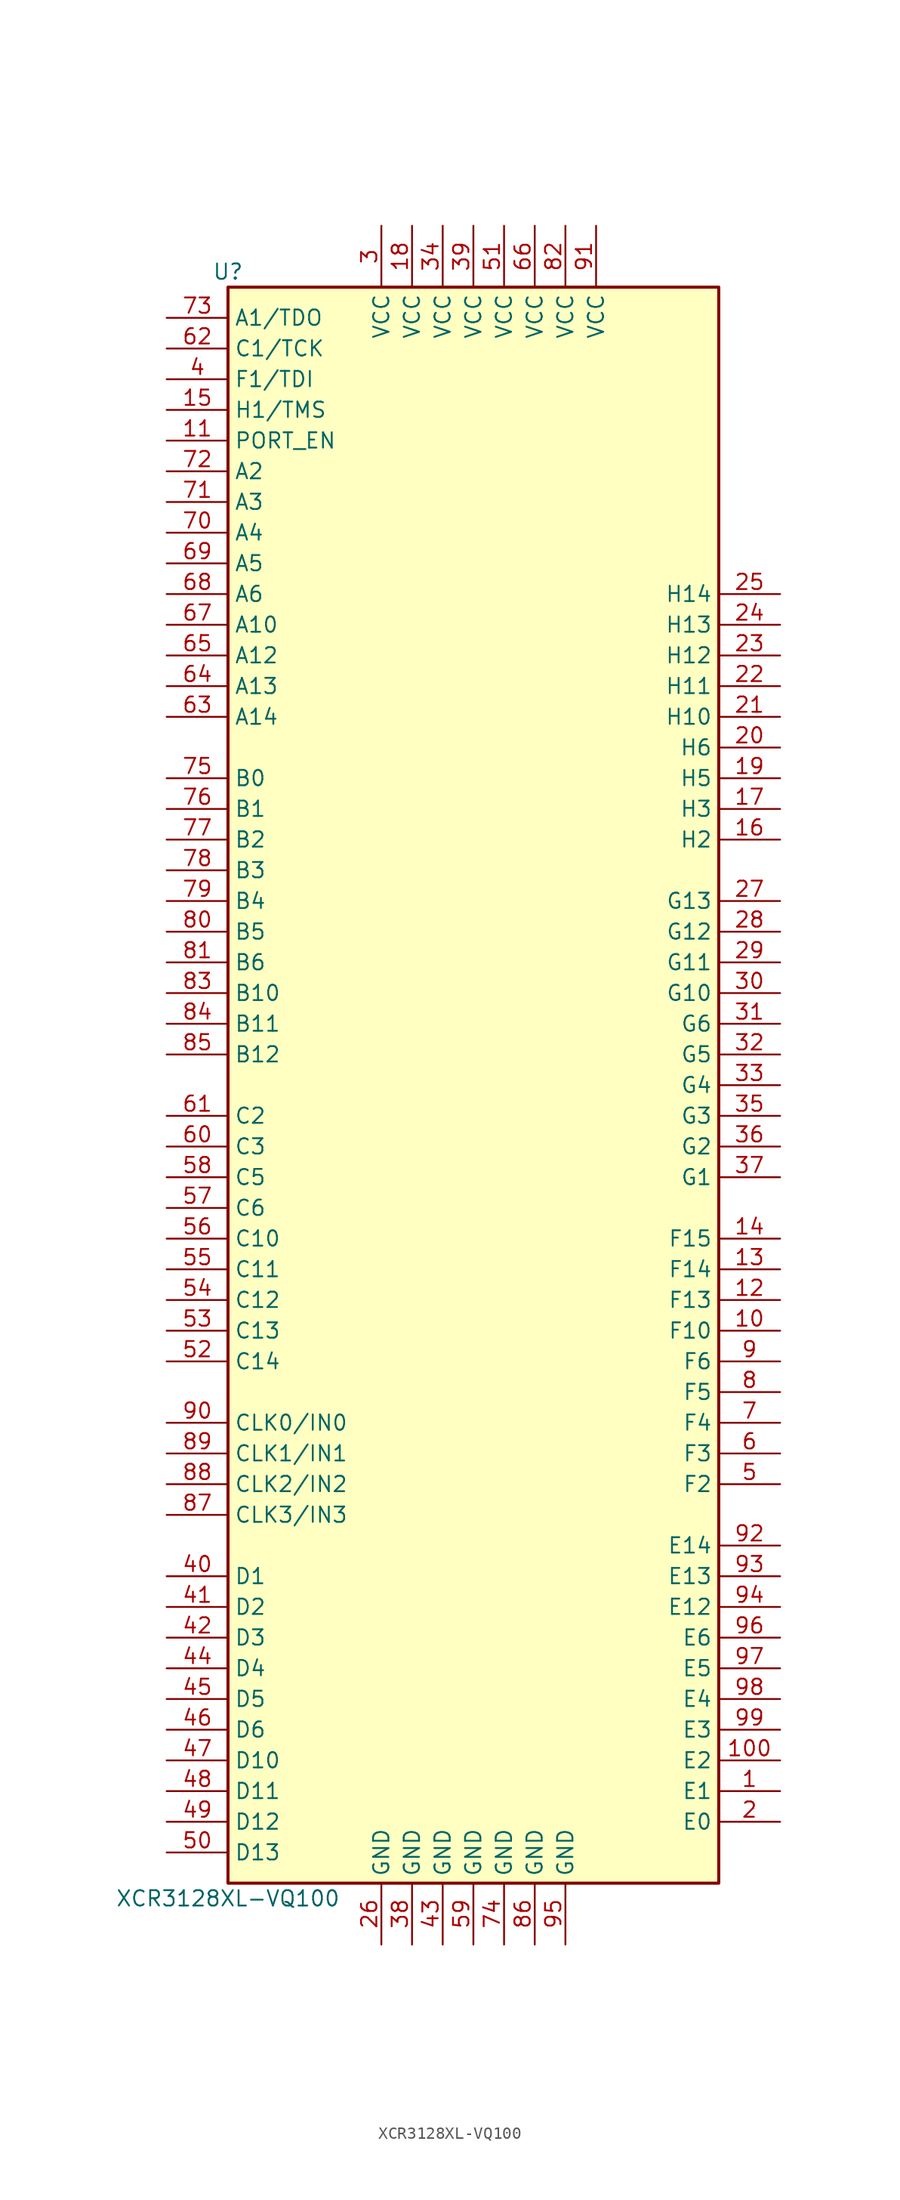
<source format=kicad_sym>
(kicad_symbol_lib
  (version 20201005)
  (generator kicad_symbol_editor)
  (symbol "XCR3128XL-VQ100"
    (property "Reference" "U"
      (at -20.32 67.31 0)
      (effects (font (size 1.27 1.27))))
    (property "Value" "XCR3128XL-VQ100"
      (at -20.32 -67.31 0)
      (effects (font (size 1.27 1.27))))
    (symbol "XCR3128XL-VQ100_1_1"
      (rectangle (start -20.32 66.04) (end 20.32 -66.04) (stroke (width 0.254)) (fill (type background)))
      (pin passive line (at 25.4 -58.42 180) (length 5.08) (name "E1" (effects (font (size 1.27 1.27)))) (number "1" (effects (font (size 1.27 1.27)))))
      (pin passive line (at 25.4 -20.32 180) (length 5.08) (name "F10" (effects (font (size 1.27 1.27)))) (number "10" (effects (font (size 1.27 1.27)))))
      (pin passive line (at 25.4 -55.88 180) (length 5.08) (name "E2" (effects (font (size 1.27 1.27)))) (number "100" (effects (font (size 1.27 1.27)))))
      (pin passive line (at -25.4 53.34 0) (length 5.08) (name "PORT_EN" (effects (font (size 1.27 1.27)))) (number "11" (effects (font (size 1.27 1.27)))))
      (pin passive line (at 25.4 -17.78 180) (length 5.08) (name "F13" (effects (font (size 1.27 1.27)))) (number "12" (effects (font (size 1.27 1.27)))))
      (pin passive line (at 25.4 -15.24 180) (length 5.08) (name "F14" (effects (font (size 1.27 1.27)))) (number "13" (effects (font (size 1.27 1.27)))))
      (pin passive line (at 25.4 -12.7 180) (length 5.08) (name "F15" (effects (font (size 1.27 1.27)))) (number "14" (effects (font (size 1.27 1.27)))))
      (pin passive line (at -25.4 55.88 0) (length 5.08) (name "H1/TMS" (effects (font (size 1.27 1.27)))) (number "15" (effects (font (size 1.27 1.27)))))
      (pin passive line (at 25.4 20.32 180) (length 5.08) (name "H2" (effects (font (size 1.27 1.27)))) (number "16" (effects (font (size 1.27 1.27)))))
      (pin passive line (at 25.4 22.86 180) (length 5.08) (name "H3" (effects (font (size 1.27 1.27)))) (number "17" (effects (font (size 1.27 1.27)))))
      (pin power_in line (at -5.08 71.12 270) (length 5.08) (name "VCC" (effects (font (size 1.27 1.27)))) (number "18" (effects (font (size 1.27 1.27)))))
      (pin passive line (at 25.4 25.4 180) (length 5.08) (name "H5" (effects (font (size 1.27 1.27)))) (number "19" (effects (font (size 1.27 1.27)))))
      (pin passive line (at 25.4 -60.96 180) (length 5.08) (name "E0" (effects (font (size 1.27 1.27)))) (number "2" (effects (font (size 1.27 1.27)))))
      (pin passive line (at 25.4 27.94 180) (length 5.08) (name "H6" (effects (font (size 1.27 1.27)))) (number "20" (effects (font (size 1.27 1.27)))))
      (pin passive line (at 25.4 30.48 180) (length 5.08) (name "H10" (effects (font (size 1.27 1.27)))) (number "21" (effects (font (size 1.27 1.27)))))
      (pin passive line (at 25.4 33.02 180) (length 5.08) (name "H11" (effects (font (size 1.27 1.27)))) (number "22" (effects (font (size 1.27 1.27)))))
      (pin passive line (at 25.4 35.56 180) (length 5.08) (name "H12" (effects (font (size 1.27 1.27)))) (number "23" (effects (font (size 1.27 1.27)))))
      (pin passive line (at 25.4 38.1 180) (length 5.08) (name "H13" (effects (font (size 1.27 1.27)))) (number "24" (effects (font (size 1.27 1.27)))))
      (pin passive line (at 25.4 40.64 180) (length 5.08) (name "H14" (effects (font (size 1.27 1.27)))) (number "25" (effects (font (size 1.27 1.27)))))
      (pin power_in line (at -7.62 -71.12 90) (length 5.08) (name "GND" (effects (font (size 1.27 1.27)))) (number "26" (effects (font (size 1.27 1.27)))))
      (pin passive line (at 25.4 15.24 180) (length 5.08) (name "G13" (effects (font (size 1.27 1.27)))) (number "27" (effects (font (size 1.27 1.27)))))
      (pin passive line (at 25.4 12.7 180) (length 5.08) (name "G12" (effects (font (size 1.27 1.27)))) (number "28" (effects (font (size 1.27 1.27)))))
      (pin passive line (at 25.4 10.16 180) (length 5.08) (name "G11" (effects (font (size 1.27 1.27)))) (number "29" (effects (font (size 1.27 1.27)))))
      (pin power_in line (at -7.62 71.12 270) (length 5.08) (name "VCC" (effects (font (size 1.27 1.27)))) (number "3" (effects (font (size 1.27 1.27)))))
      (pin passive line (at 25.4 7.62 180) (length 5.08) (name "G10" (effects (font (size 1.27 1.27)))) (number "30" (effects (font (size 1.27 1.27)))))
      (pin passive line (at 25.4 5.08 180) (length 5.08) (name "G6" (effects (font (size 1.27 1.27)))) (number "31" (effects (font (size 1.27 1.27)))))
      (pin passive line (at 25.4 2.54 180) (length 5.08) (name "G5" (effects (font (size 1.27 1.27)))) (number "32" (effects (font (size 1.27 1.27)))))
      (pin passive line (at 25.4 0 180) (length 5.08) (name "G4" (effects (font (size 1.27 1.27)))) (number "33" (effects (font (size 1.27 1.27)))))
      (pin power_in line (at -2.54 71.12 270) (length 5.08) (name "VCC" (effects (font (size 1.27 1.27)))) (number "34" (effects (font (size 1.27 1.27)))))
      (pin passive line (at 25.4 -2.54 180) (length 5.08) (name "G3" (effects (font (size 1.27 1.27)))) (number "35" (effects (font (size 1.27 1.27)))))
      (pin passive line (at 25.4 -5.08 180) (length 5.08) (name "G2" (effects (font (size 1.27 1.27)))) (number "36" (effects (font (size 1.27 1.27)))))
      (pin passive line (at 25.4 -7.62 180) (length 5.08) (name "G1" (effects (font (size 1.27 1.27)))) (number "37" (effects (font (size 1.27 1.27)))))
      (pin power_in line (at -5.08 -71.12 90) (length 5.08) (name "GND" (effects (font (size 1.27 1.27)))) (number "38" (effects (font (size 1.27 1.27)))))
      (pin power_in line (at 0 71.12 270) (length 5.08) (name "VCC" (effects (font (size 1.27 1.27)))) (number "39" (effects (font (size 1.27 1.27)))))
      (pin passive line (at -25.4 58.42 0) (length 5.08) (name "F1/TDI" (effects (font (size 1.27 1.27)))) (number "4" (effects (font (size 1.27 1.27)))))
      (pin passive line (at -25.4 -40.64 0) (length 5.08) (name "D1" (effects (font (size 1.27 1.27)))) (number "40" (effects (font (size 1.27 1.27)))))
      (pin passive line (at -25.4 -43.18 0) (length 5.08) (name "D2" (effects (font (size 1.27 1.27)))) (number "41" (effects (font (size 1.27 1.27)))))
      (pin passive line (at -25.4 -45.72 0) (length 5.08) (name "D3" (effects (font (size 1.27 1.27)))) (number "42" (effects (font (size 1.27 1.27)))))
      (pin power_in line (at -2.54 -71.12 90) (length 5.08) (name "GND" (effects (font (size 1.27 1.27)))) (number "43" (effects (font (size 1.27 1.27)))))
      (pin passive line (at -25.4 -48.26 0) (length 5.08) (name "D4" (effects (font (size 1.27 1.27)))) (number "44" (effects (font (size 1.27 1.27)))))
      (pin passive line (at -25.4 -50.8 0) (length 5.08) (name "D5" (effects (font (size 1.27 1.27)))) (number "45" (effects (font (size 1.27 1.27)))))
      (pin passive line (at -25.4 -53.34 0) (length 5.08) (name "D6" (effects (font (size 1.27 1.27)))) (number "46" (effects (font (size 1.27 1.27)))))
      (pin passive line (at -25.4 -55.88 0) (length 5.08) (name "D10" (effects (font (size 1.27 1.27)))) (number "47" (effects (font (size 1.27 1.27)))))
      (pin passive line (at -25.4 -58.42 0) (length 5.08) (name "D11" (effects (font (size 1.27 1.27)))) (number "48" (effects (font (size 1.27 1.27)))))
      (pin passive line (at -25.4 -60.96 0) (length 5.08) (name "D12" (effects (font (size 1.27 1.27)))) (number "49" (effects (font (size 1.27 1.27)))))
      (pin passive line (at 25.4 -33.02 180) (length 5.08) (name "F2" (effects (font (size 1.27 1.27)))) (number "5" (effects (font (size 1.27 1.27)))))
      (pin passive line (at -25.4 -63.5 0) (length 5.08) (name "D13" (effects (font (size 1.27 1.27)))) (number "50" (effects (font (size 1.27 1.27)))))
      (pin power_in line (at 2.54 71.12 270) (length 5.08) (name "VCC" (effects (font (size 1.27 1.27)))) (number "51" (effects (font (size 1.27 1.27)))))
      (pin passive line (at -25.4 -22.86 0) (length 5.08) (name "C14" (effects (font (size 1.27 1.27)))) (number "52" (effects (font (size 1.27 1.27)))))
      (pin passive line (at -25.4 -20.32 0) (length 5.08) (name "C13" (effects (font (size 1.27 1.27)))) (number "53" (effects (font (size 1.27 1.27)))))
      (pin passive line (at -25.4 -17.78 0) (length 5.08) (name "C12" (effects (font (size 1.27 1.27)))) (number "54" (effects (font (size 1.27 1.27)))))
      (pin passive line (at -25.4 -15.24 0) (length 5.08) (name "C11" (effects (font (size 1.27 1.27)))) (number "55" (effects (font (size 1.27 1.27)))))
      (pin passive line (at -25.4 -12.7 0) (length 5.08) (name "C10" (effects (font (size 1.27 1.27)))) (number "56" (effects (font (size 1.27 1.27)))))
      (pin passive line (at -25.4 -10.16 0) (length 5.08) (name "C6" (effects (font (size 1.27 1.27)))) (number "57" (effects (font (size 1.27 1.27)))))
      (pin passive line (at -25.4 -7.62 0) (length 5.08) (name "C5" (effects (font (size 1.27 1.27)))) (number "58" (effects (font (size 1.27 1.27)))))
      (pin power_in line (at 0 -71.12 90) (length 5.08) (name "GND" (effects (font (size 1.27 1.27)))) (number "59" (effects (font (size 1.27 1.27)))))
      (pin passive line (at 25.4 -30.48 180) (length 5.08) (name "F3" (effects (font (size 1.27 1.27)))) (number "6" (effects (font (size 1.27 1.27)))))
      (pin passive line (at -25.4 -5.08 0) (length 5.08) (name "C3" (effects (font (size 1.27 1.27)))) (number "60" (effects (font (size 1.27 1.27)))))
      (pin passive line (at -25.4 -2.54 0) (length 5.08) (name "C2" (effects (font (size 1.27 1.27)))) (number "61" (effects (font (size 1.27 1.27)))))
      (pin passive line (at -25.4 60.96 0) (length 5.08) (name "C1/TCK" (effects (font (size 1.27 1.27)))) (number "62" (effects (font (size 1.27 1.27)))))
      (pin passive line (at -25.4 30.48 0) (length 5.08) (name "A14" (effects (font (size 1.27 1.27)))) (number "63" (effects (font (size 1.27 1.27)))))
      (pin passive line (at -25.4 33.02 0) (length 5.08) (name "A13" (effects (font (size 1.27 1.27)))) (number "64" (effects (font (size 1.27 1.27)))))
      (pin passive line (at -25.4 35.56 0) (length 5.08) (name "A12" (effects (font (size 1.27 1.27)))) (number "65" (effects (font (size 1.27 1.27)))))
      (pin power_in line (at 5.08 71.12 270) (length 5.08) (name "VCC" (effects (font (size 1.27 1.27)))) (number "66" (effects (font (size 1.27 1.27)))))
      (pin passive line (at -25.4 38.1 0) (length 5.08) (name "A10" (effects (font (size 1.27 1.27)))) (number "67" (effects (font (size 1.27 1.27)))))
      (pin passive line (at -25.4 40.64 0) (length 5.08) (name "A6" (effects (font (size 1.27 1.27)))) (number "68" (effects (font (size 1.27 1.27)))))
      (pin passive line (at -25.4 43.18 0) (length 5.08) (name "A5" (effects (font (size 1.27 1.27)))) (number "69" (effects (font (size 1.27 1.27)))))
      (pin passive line (at 25.4 -27.94 180) (length 5.08) (name "F4" (effects (font (size 1.27 1.27)))) (number "7" (effects (font (size 1.27 1.27)))))
      (pin passive line (at -25.4 45.72 0) (length 5.08) (name "A4" (effects (font (size 1.27 1.27)))) (number "70" (effects (font (size 1.27 1.27)))))
      (pin passive line (at -25.4 48.26 0) (length 5.08) (name "A3" (effects (font (size 1.27 1.27)))) (number "71" (effects (font (size 1.27 1.27)))))
      (pin passive line (at -25.4 50.8 0) (length 5.08) (name "A2" (effects (font (size 1.27 1.27)))) (number "72" (effects (font (size 1.27 1.27)))))
      (pin passive line (at -25.4 63.5 0) (length 5.08) (name "A1/TDO" (effects (font (size 1.27 1.27)))) (number "73" (effects (font (size 1.27 1.27)))))
      (pin power_in line (at 2.54 -71.12 90) (length 5.08) (name "GND" (effects (font (size 1.27 1.27)))) (number "74" (effects (font (size 1.27 1.27)))))
      (pin passive line (at -25.4 25.4 0) (length 5.08) (name "B0" (effects (font (size 1.27 1.27)))) (number "75" (effects (font (size 1.27 1.27)))))
      (pin passive line (at -25.4 22.86 0) (length 5.08) (name "B1" (effects (font (size 1.27 1.27)))) (number "76" (effects (font (size 1.27 1.27)))))
      (pin passive line (at -25.4 20.32 0) (length 5.08) (name "B2" (effects (font (size 1.27 1.27)))) (number "77" (effects (font (size 1.27 1.27)))))
      (pin passive line (at -25.4 17.78 0) (length 5.08) (name "B3" (effects (font (size 1.27 1.27)))) (number "78" (effects (font (size 1.27 1.27)))))
      (pin passive line (at -25.4 15.24 0) (length 5.08) (name "B4" (effects (font (size 1.27 1.27)))) (number "79" (effects (font (size 1.27 1.27)))))
      (pin passive line (at 25.4 -25.4 180) (length 5.08) (name "F5" (effects (font (size 1.27 1.27)))) (number "8" (effects (font (size 1.27 1.27)))))
      (pin passive line (at -25.4 12.7 0) (length 5.08) (name "B5" (effects (font (size 1.27 1.27)))) (number "80" (effects (font (size 1.27 1.27)))))
      (pin passive line (at -25.4 10.16 0) (length 5.08) (name "B6" (effects (font (size 1.27 1.27)))) (number "81" (effects (font (size 1.27 1.27)))))
      (pin power_in line (at 7.62 71.12 270) (length 5.08) (name "VCC" (effects (font (size 1.27 1.27)))) (number "82" (effects (font (size 1.27 1.27)))))
      (pin passive line (at -25.4 7.62 0) (length 5.08) (name "B10" (effects (font (size 1.27 1.27)))) (number "83" (effects (font (size 1.27 1.27)))))
      (pin passive line (at -25.4 5.08 0) (length 5.08) (name "B11" (effects (font (size 1.27 1.27)))) (number "84" (effects (font (size 1.27 1.27)))))
      (pin passive line (at -25.4 2.54 0) (length 5.08) (name "B12" (effects (font (size 1.27 1.27)))) (number "85" (effects (font (size 1.27 1.27)))))
      (pin power_in line (at 5.08 -71.12 90) (length 5.08) (name "GND" (effects (font (size 1.27 1.27)))) (number "86" (effects (font (size 1.27 1.27)))))
      (pin input line (at -25.4 -35.56 0) (length 5.08) (name "CLK3/IN3" (effects (font (size 1.27 1.27)))) (number "87" (effects (font (size 1.27 1.27)))))
      (pin input line (at -25.4 -33.02 0) (length 5.08) (name "CLK2/IN2" (effects (font (size 1.27 1.27)))) (number "88" (effects (font (size 1.27 1.27)))))
      (pin input line (at -25.4 -30.48 0) (length 5.08) (name "CLK1/IN1" (effects (font (size 1.27 1.27)))) (number "89" (effects (font (size 1.27 1.27)))))
      (pin passive line (at 25.4 -22.86 180) (length 5.08) (name "F6" (effects (font (size 1.27 1.27)))) (number "9" (effects (font (size 1.27 1.27)))))
      (pin input line (at -25.4 -27.94 0) (length 5.08) (name "CLK0/IN0" (effects (font (size 1.27 1.27)))) (number "90" (effects (font (size 1.27 1.27)))))
      (pin power_in line (at 10.16 71.12 270) (length 5.08) (name "VCC" (effects (font (size 1.27 1.27)))) (number "91" (effects (font (size 1.27 1.27)))))
      (pin passive line (at 25.4 -38.1 180) (length 5.08) (name "E14" (effects (font (size 1.27 1.27)))) (number "92" (effects (font (size 1.27 1.27)))))
      (pin passive line (at 25.4 -40.64 180) (length 5.08) (name "E13" (effects (font (size 1.27 1.27)))) (number "93" (effects (font (size 1.27 1.27)))))
      (pin passive line (at 25.4 -43.18 180) (length 5.08) (name "E12" (effects (font (size 1.27 1.27)))) (number "94" (effects (font (size 1.27 1.27)))))
      (pin power_in line (at 7.62 -71.12 90) (length 5.08) (name "GND" (effects (font (size 1.27 1.27)))) (number "95" (effects (font (size 1.27 1.27)))))
      (pin passive line (at 25.4 -45.72 180) (length 5.08) (name "E6" (effects (font (size 1.27 1.27)))) (number "96" (effects (font (size 1.27 1.27)))))
      (pin passive line (at 25.4 -48.26 180) (length 5.08) (name "E5" (effects (font (size 1.27 1.27)))) (number "97" (effects (font (size 1.27 1.27)))))
      (pin passive line (at 25.4 -50.8 180) (length 5.08) (name "E4" (effects (font (size 1.27 1.27)))) (number "98" (effects (font (size 1.27 1.27)))))
      (pin passive line (at 25.4 -53.34 180) (length 5.08) (name "E3" (effects (font (size 1.27 1.27)))) (number "99" (effects (font (size 1.27 1.27))))))))
</source>
